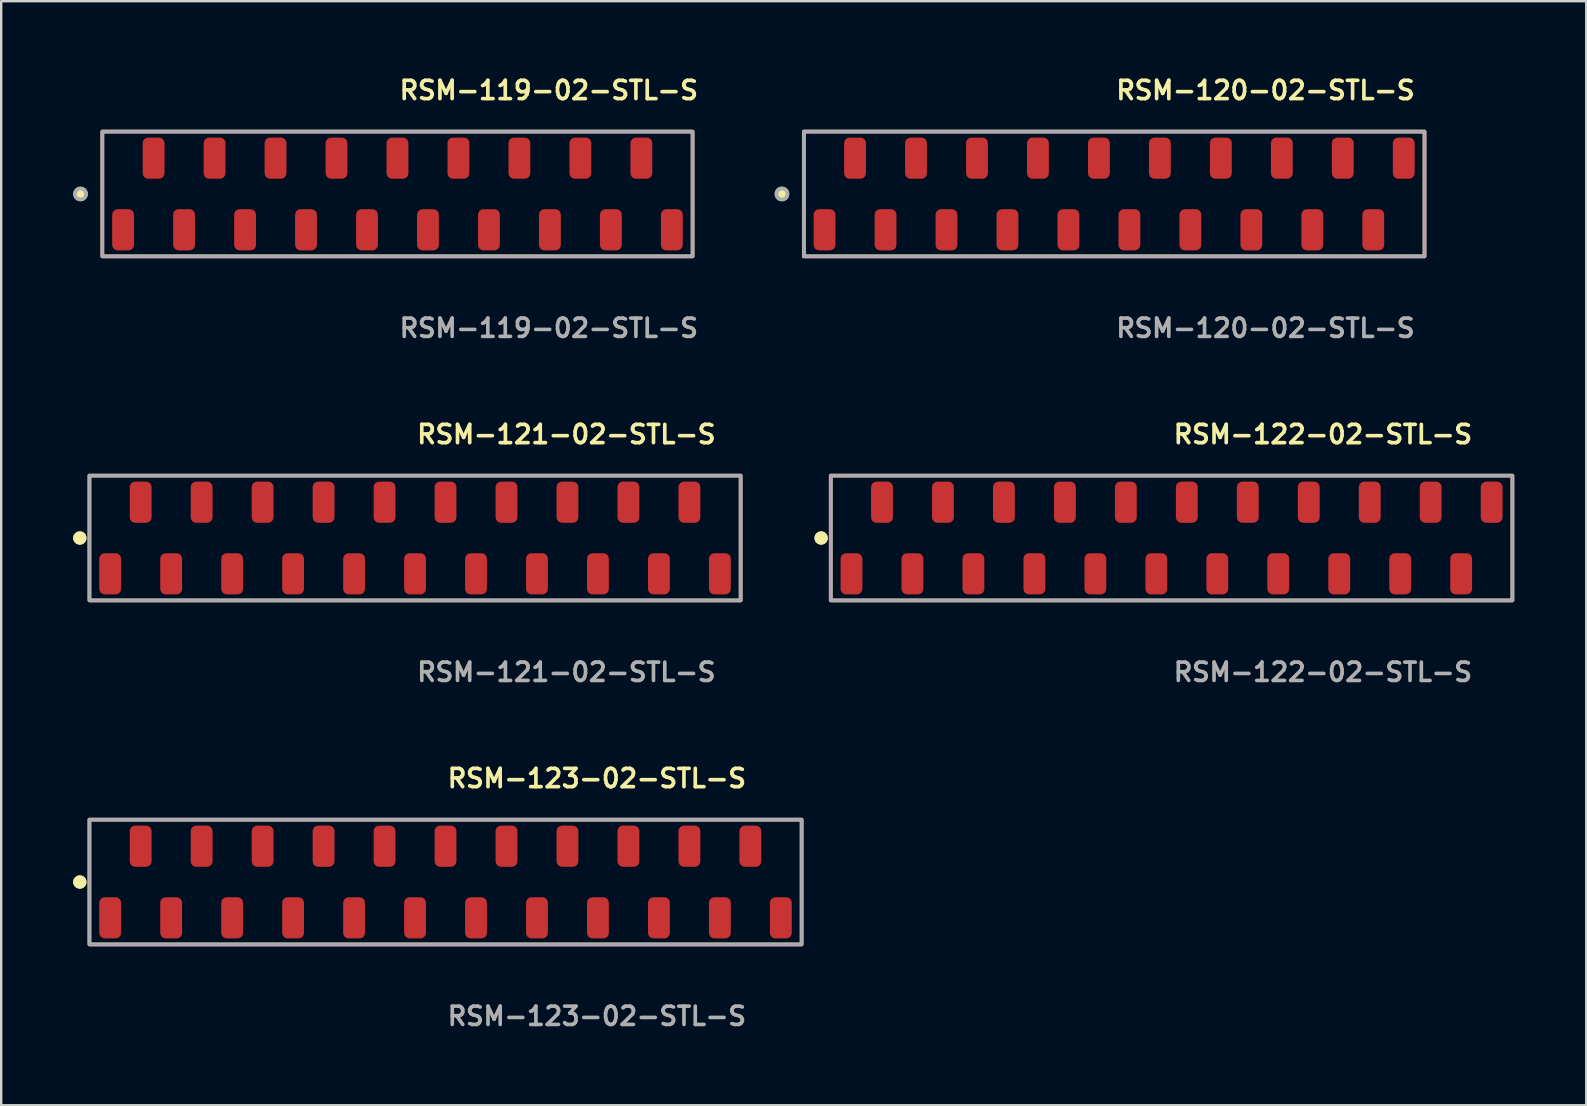
<source format=kicad_pcb>
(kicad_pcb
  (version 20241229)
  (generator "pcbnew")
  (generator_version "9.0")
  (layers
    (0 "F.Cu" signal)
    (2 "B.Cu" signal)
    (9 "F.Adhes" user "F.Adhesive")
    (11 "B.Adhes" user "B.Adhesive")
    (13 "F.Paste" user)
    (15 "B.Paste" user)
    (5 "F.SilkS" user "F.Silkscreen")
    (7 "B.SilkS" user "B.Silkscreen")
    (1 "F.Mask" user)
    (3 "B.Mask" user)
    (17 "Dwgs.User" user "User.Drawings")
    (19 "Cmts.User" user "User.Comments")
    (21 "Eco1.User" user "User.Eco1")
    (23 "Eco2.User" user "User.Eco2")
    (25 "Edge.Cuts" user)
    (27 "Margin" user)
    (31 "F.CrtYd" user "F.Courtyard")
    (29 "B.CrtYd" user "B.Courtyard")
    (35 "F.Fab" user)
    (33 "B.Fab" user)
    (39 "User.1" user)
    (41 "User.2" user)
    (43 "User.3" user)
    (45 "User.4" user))
  (footprint "RSM-119-02-STL-S"
    (layer "F.Cu")
    (at 13.509 5.031)
    (property "Reference" "RSM-119-02-STL-S" (at 0 -4.318 0) (unlocked yes) (layer "F.SilkS") (effects (font (size 0.762 0.762) (thickness 0.152)) (justify left)))
    (fp_rect (start -12.295 2.6) (end 12.295 -2.6) (stroke (width 0.152) (type solid)) (fill no) (layer "F.SilkS"))
    (fp_circle (center -13.205 0) (end -13.432 0) (stroke (width 0.152) (type solid)) (fill yes) (layer "F.SilkS"))
    (fp_rect (start -12.295 2.6) (end 12.295 -2.6) (stroke (width 0.006) (type solid)) (fill no) (layer "F.CrtYd"))
    (fp_rect (start -12.295 2.6) (end 12.295 -2.6) (stroke (width 0.152) (type solid)) (fill no) (layer "F.Fab"))
    (fp_circle (center -13.205 0) (end -13.432 0) (stroke (width 0.152) (type solid)) (fill no) (layer "F.Fab"))
    (fp_text user "${REFERENCE}" (at 0 5.588 0) (unlocked yes) (layer "F.Fab") (effects (font (size 0.762 0.762) (thickness 0.152)) (justify left)))
    (pad "1" smd roundrect (at -11.43 1.492) (size 0.91 1.715) (layers "F.Cu" "F.Paste") (roundrect_rratio 0.25))
    (pad "2" smd roundrect (at -10.16 -1.492) (size 0.91 1.715) (layers "F.Cu" "F.Paste") (roundrect_rratio 0.25))
    (pad "3" smd roundrect (at -8.89 1.492) (size 0.91 1.715) (layers "F.Cu" "F.Paste") (roundrect_rratio 0.25))
    (pad "4" smd roundrect (at -7.62 -1.492) (size 0.91 1.715) (layers "F.Cu" "F.Paste") (roundrect_rratio 0.25))
    (pad "5" smd roundrect (at -6.35 1.492) (size 0.91 1.715) (layers "F.Cu" "F.Paste") (roundrect_rratio 0.25))
    (pad "6" smd roundrect (at -5.08 -1.492) (size 0.91 1.715) (layers "F.Cu" "F.Paste") (roundrect_rratio 0.25))
    (pad "7" smd roundrect (at -3.81 1.492) (size 0.91 1.715) (layers "F.Cu" "F.Paste") (roundrect_rratio 0.25))
    (pad "8" smd roundrect (at -2.54 -1.492) (size 0.91 1.715) (layers "F.Cu" "F.Paste") (roundrect_rratio 0.25))
    (pad "9" smd roundrect (at -1.27 1.492) (size 0.91 1.715) (layers "F.Cu" "F.Paste") (roundrect_rratio 0.25))
    (pad "10" smd roundrect (at 0 -1.492) (size 0.91 1.715) (layers "F.Cu" "F.Paste") (roundrect_rratio 0.25))
    (pad "11" smd roundrect (at 1.27 1.492) (size 0.91 1.715) (layers "F.Cu" "F.Paste") (roundrect_rratio 0.25))
    (pad "12" smd roundrect (at 2.54 -1.492) (size 0.91 1.715) (layers "F.Cu" "F.Paste") (roundrect_rratio 0.25))
    (pad "13" smd roundrect (at 3.81 1.492) (size 0.91 1.715) (layers "F.Cu" "F.Paste") (roundrect_rratio 0.25))
    (pad "14" smd roundrect (at 5.08 -1.492) (size 0.91 1.715) (layers "F.Cu" "F.Paste") (roundrect_rratio 0.25))
    (pad "15" smd roundrect (at 6.35 1.492) (size 0.91 1.715) (layers "F.Cu" "F.Paste") (roundrect_rratio 0.25))
    (pad "16" smd roundrect (at 7.62 -1.492) (size 0.91 1.715) (layers "F.Cu" "F.Paste") (roundrect_rratio 0.25))
    (pad "17" smd roundrect (at 8.89 1.492) (size 0.91 1.715) (layers "F.Cu" "F.Paste") (roundrect_rratio 0.25))
    (pad "18" smd roundrect (at 10.16 -1.492) (size 0.91 1.715) (layers "F.Cu" "F.Paste") (roundrect_rratio 0.25))
    (pad "19" smd roundrect (at 11.43 1.492) (size 0.91 1.715) (layers "F.Cu" "F.Paste") (roundrect_rratio 0.25)))
  (footprint "RSM-120-02-STL-S"
    (layer "F.Cu")
    (at 43.367 5.031)
    (property "Reference" "RSM-120-02-STL-S" (at 0 -4.318 0) (unlocked yes) (layer "F.SilkS") (effects (font (size 0.762 0.762) (thickness 0.152)) (justify left)))
    (fp_rect (start -12.93 2.6) (end 12.93 -2.6) (stroke (width 0.152) (type solid)) (fill no) (layer "F.SilkS"))
    (fp_circle (center -13.84 0) (end -14.068 0) (stroke (width 0.152) (type solid)) (fill yes) (layer "F.SilkS"))
    (fp_rect (start -12.93 2.6) (end 12.93 -2.6) (stroke (width 0.006) (type solid)) (fill no) (layer "F.CrtYd"))
    (fp_rect (start -12.93 2.6) (end 12.93 -2.6) (stroke (width 0.152) (type solid)) (fill no) (layer "F.Fab"))
    (fp_circle (center -13.84 0) (end -14.068 0) (stroke (width 0.152) (type solid)) (fill no) (layer "F.Fab"))
    (fp_text user "${REFERENCE}" (at 0 5.588 0) (unlocked yes) (layer "F.Fab") (effects (font (size 0.762 0.762) (thickness 0.152)) (justify left)))
    (pad "1" smd roundrect (at -12.065 1.492) (size 0.91 1.715) (layers "F.Cu" "F.Paste") (roundrect_rratio 0.25))
    (pad "2" smd roundrect (at -10.795 -1.492) (size 0.91 1.715) (layers "F.Cu" "F.Paste") (roundrect_rratio 0.25))
    (pad "3" smd roundrect (at -9.525 1.492) (size 0.91 1.715) (layers "F.Cu" "F.Paste") (roundrect_rratio 0.25))
    (pad "4" smd roundrect (at -8.255 -1.492) (size 0.91 1.715) (layers "F.Cu" "F.Paste") (roundrect_rratio 0.25))
    (pad "5" smd roundrect (at -6.985 1.492) (size 0.91 1.715) (layers "F.Cu" "F.Paste") (roundrect_rratio 0.25))
    (pad "6" smd roundrect (at -5.715 -1.492) (size 0.91 1.715) (layers "F.Cu" "F.Paste") (roundrect_rratio 0.25))
    (pad "7" smd roundrect (at -4.445 1.492) (size 0.91 1.715) (layers "F.Cu" "F.Paste") (roundrect_rratio 0.25))
    (pad "8" smd roundrect (at -3.175 -1.492) (size 0.91 1.715) (layers "F.Cu" "F.Paste") (roundrect_rratio 0.25))
    (pad "9" smd roundrect (at -1.905 1.492) (size 0.91 1.715) (layers "F.Cu" "F.Paste") (roundrect_rratio 0.25))
    (pad "10" smd roundrect (at -0.635 -1.492) (size 0.91 1.715) (layers "F.Cu" "F.Paste") (roundrect_rratio 0.25))
    (pad "11" smd roundrect (at 0.635 1.492) (size 0.91 1.715) (layers "F.Cu" "F.Paste") (roundrect_rratio 0.25))
    (pad "12" smd roundrect (at 1.905 -1.492) (size 0.91 1.715) (layers "F.Cu" "F.Paste") (roundrect_rratio 0.25))
    (pad "13" smd roundrect (at 3.175 1.492) (size 0.91 1.715) (layers "F.Cu" "F.Paste") (roundrect_rratio 0.25))
    (pad "14" smd roundrect (at 4.445 -1.492) (size 0.91 1.715) (layers "F.Cu" "F.Paste") (roundrect_rratio 0.25))
    (pad "15" smd roundrect (at 5.715 1.492) (size 0.91 1.715) (layers "F.Cu" "F.Paste") (roundrect_rratio 0.25))
    (pad "16" smd roundrect (at 6.985 -1.492) (size 0.91 1.715) (layers "F.Cu" "F.Paste") (roundrect_rratio 0.25))
    (pad "17" smd roundrect (at 8.255 1.492) (size 0.91 1.715) (layers "F.Cu" "F.Paste") (roundrect_rratio 0.25))
    (pad "18" smd roundrect (at 9.525 -1.492) (size 0.91 1.715) (layers "F.Cu" "F.Paste") (roundrect_rratio 0.25))
    (pad "19" smd roundrect (at 10.795 1.492) (size 0.91 1.715) (layers "F.Cu" "F.Paste") (roundrect_rratio 0.25))
    (pad "20" smd roundrect (at 12.065 -1.492) (size 0.91 1.715) (layers "F.Cu" "F.Paste") (roundrect_rratio 0.25)))
  (footprint "RSM-122-02-STL-S"
    (layer "F.Cu")
    (at 45.759 19.364)
    (property "Reference" "RSM-122-02-STL-S" (at 0 -4.318 0) (unlocked yes) (layer "F.SilkS") (effects (font (size 0.762 0.762) (thickness 0.152)) (justify left)))
    (fp_rect (start -14.2 2.6) (end 14.2 -2.6) (stroke (width 0.152) (type solid)) (fill no) (layer "F.SilkS"))
    (fp_circle (center -14.6 0) (end -14.8 0) (stroke (width 0.152) (type solid)) (fill yes) (layer "F.SilkS"))
    (fp_circle (center -14.6 0) (end -14.8 0) (stroke (width 0.152) (type solid)) (fill yes) (layer "F.SilkS"))
    (fp_rect (start -14.2 2.6) (end 14.2 -2.6) (stroke (width 0.006) (type solid)) (fill no) (layer "F.CrtYd"))
    (fp_rect (start -14.2 2.6) (end 14.2 -2.6) (stroke (width 0.152) (type solid)) (fill no) (layer "F.Fab"))
    (fp_text user "${REFERENCE}" (at 0 5.588 0) (unlocked yes) (layer "F.Fab") (effects (font (size 0.762 0.762) (thickness 0.152)) (justify left)))
    (pad "1" smd roundrect (at -13.335 1.492) (size 0.91 1.715) (layers "F.Cu" "F.Paste") (roundrect_rratio 0.25))
    (pad "2" smd roundrect (at -12.065 -1.492) (size 0.91 1.715) (layers "F.Cu" "F.Paste") (roundrect_rratio 0.25))
    (pad "3" smd roundrect (at -10.795 1.492) (size 0.91 1.715) (layers "F.Cu" "F.Paste") (roundrect_rratio 0.25))
    (pad "4" smd roundrect (at -9.525 -1.492) (size 0.91 1.715) (layers "F.Cu" "F.Paste") (roundrect_rratio 0.25))
    (pad "5" smd roundrect (at -8.255 1.492) (size 0.91 1.715) (layers "F.Cu" "F.Paste") (roundrect_rratio 0.25))
    (pad "6" smd roundrect (at -6.985 -1.492) (size 0.91 1.715) (layers "F.Cu" "F.Paste") (roundrect_rratio 0.25))
    (pad "7" smd roundrect (at -5.715 1.492) (size 0.91 1.715) (layers "F.Cu" "F.Paste") (roundrect_rratio 0.25))
    (pad "8" smd roundrect (at -4.445 -1.492) (size 0.91 1.715) (layers "F.Cu" "F.Paste") (roundrect_rratio 0.25))
    (pad "9" smd roundrect (at -3.175 1.492) (size 0.91 1.715) (layers "F.Cu" "F.Paste") (roundrect_rratio 0.25))
    (pad "10" smd roundrect (at -1.905 -1.492) (size 0.91 1.715) (layers "F.Cu" "F.Paste") (roundrect_rratio 0.25))
    (pad "11" smd roundrect (at -0.635 1.492) (size 0.91 1.715) (layers "F.Cu" "F.Paste") (roundrect_rratio 0.25))
    (pad "12" smd roundrect (at 0.635 -1.492) (size 0.91 1.715) (layers "F.Cu" "F.Paste") (roundrect_rratio 0.25))
    (pad "13" smd roundrect (at 1.905 1.492) (size 0.91 1.715) (layers "F.Cu" "F.Paste") (roundrect_rratio 0.25))
    (pad "14" smd roundrect (at 3.175 -1.492) (size 0.91 1.715) (layers "F.Cu" "F.Paste") (roundrect_rratio 0.25))
    (pad "15" smd roundrect (at 4.445 1.492) (size 0.91 1.715) (layers "F.Cu" "F.Paste") (roundrect_rratio 0.25))
    (pad "16" smd roundrect (at 5.715 -1.492) (size 0.91 1.715) (layers "F.Cu" "F.Paste") (roundrect_rratio 0.25))
    (pad "17" smd roundrect (at 6.985 1.492) (size 0.91 1.715) (layers "F.Cu" "F.Paste") (roundrect_rratio 0.25))
    (pad "18" smd roundrect (at 8.255 -1.492) (size 0.91 1.715) (layers "F.Cu" "F.Paste") (roundrect_rratio 0.25))
    (pad "19" smd roundrect (at 9.525 1.492) (size 0.91 1.715) (layers "F.Cu" "F.Paste") (roundrect_rratio 0.25))
    (pad "20" smd roundrect (at 10.795 -1.492) (size 0.91 1.715) (layers "F.Cu" "F.Paste") (roundrect_rratio 0.25))
    (pad "21" smd roundrect (at 12.065 1.492) (size 0.91 1.715) (layers "F.Cu" "F.Paste") (roundrect_rratio 0.25))
    (pad "22" smd roundrect (at 13.335 -1.492) (size 0.91 1.715) (layers "F.Cu" "F.Paste") (roundrect_rratio 0.25)))
  (footprint "RSM-123-02-STL-S"
    (layer "F.Cu")
    (at 15.511 33.696)
    (property "Reference" "RSM-123-02-STL-S" (at 0 -4.318 0) (unlocked yes) (layer "F.SilkS") (effects (font (size 0.762 0.762) (thickness 0.152)) (justify left)))
    (fp_rect (start -14.835 2.6) (end 14.835 -2.6) (stroke (width 0.152) (type solid)) (fill no) (layer "F.SilkS"))
    (fp_circle (center -15.235 0) (end -15.435 0) (stroke (width 0.152) (type solid)) (fill yes) (layer "F.SilkS"))
    (fp_circle (center -15.235 0) (end -15.435 0) (stroke (width 0.152) (type solid)) (fill yes) (layer "F.SilkS"))
    (fp_rect (start -14.835 2.6) (end 14.835 -2.6) (stroke (width 0.006) (type solid)) (fill no) (layer "F.CrtYd"))
    (fp_rect (start -14.835 2.6) (end 14.835 -2.6) (stroke (width 0.152) (type solid)) (fill no) (layer "F.Fab"))
    (fp_text user "${REFERENCE}" (at 0 5.588 0) (unlocked yes) (layer "F.Fab") (effects (font (size 0.762 0.762) (thickness 0.152)) (justify left)))
    (pad "1" smd roundrect (at -13.97 1.492) (size 0.91 1.715) (layers "F.Cu" "F.Paste") (roundrect_rratio 0.25))
    (pad "2" smd roundrect (at -12.7 -1.492) (size 0.91 1.715) (layers "F.Cu" "F.Paste") (roundrect_rratio 0.25))
    (pad "3" smd roundrect (at -11.43 1.492) (size 0.91 1.715) (layers "F.Cu" "F.Paste") (roundrect_rratio 0.25))
    (pad "4" smd roundrect (at -10.16 -1.492) (size 0.91 1.715) (layers "F.Cu" "F.Paste") (roundrect_rratio 0.25))
    (pad "5" smd roundrect (at -8.89 1.492) (size 0.91 1.715) (layers "F.Cu" "F.Paste") (roundrect_rratio 0.25))
    (pad "6" smd roundrect (at -7.62 -1.492) (size 0.91 1.715) (layers "F.Cu" "F.Paste") (roundrect_rratio 0.25))
    (pad "7" smd roundrect (at -6.35 1.492) (size 0.91 1.715) (layers "F.Cu" "F.Paste") (roundrect_rratio 0.25))
    (pad "8" smd roundrect (at -5.08 -1.492) (size 0.91 1.715) (layers "F.Cu" "F.Paste") (roundrect_rratio 0.25))
    (pad "9" smd roundrect (at -3.81 1.492) (size 0.91 1.715) (layers "F.Cu" "F.Paste") (roundrect_rratio 0.25))
    (pad "10" smd roundrect (at -2.54 -1.492) (size 0.91 1.715) (layers "F.Cu" "F.Paste") (roundrect_rratio 0.25))
    (pad "11" smd roundrect (at -1.27 1.492) (size 0.91 1.715) (layers "F.Cu" "F.Paste") (roundrect_rratio 0.25))
    (pad "12" smd roundrect (at 0 -1.492) (size 0.91 1.715) (layers "F.Cu" "F.Paste") (roundrect_rratio 0.25))
    (pad "13" smd roundrect (at 1.27 1.492) (size 0.91 1.715) (layers "F.Cu" "F.Paste") (roundrect_rratio 0.25))
    (pad "14" smd roundrect (at 2.54 -1.492) (size 0.91 1.715) (layers "F.Cu" "F.Paste") (roundrect_rratio 0.25))
    (pad "15" smd roundrect (at 3.81 1.492) (size 0.91 1.715) (layers "F.Cu" "F.Paste") (roundrect_rratio 0.25))
    (pad "16" smd roundrect (at 5.08 -1.492) (size 0.91 1.715) (layers "F.Cu" "F.Paste") (roundrect_rratio 0.25))
    (pad "17" smd roundrect (at 6.35 1.492) (size 0.91 1.715) (layers "F.Cu" "F.Paste") (roundrect_rratio 0.25))
    (pad "18" smd roundrect (at 7.62 -1.492) (size 0.91 1.715) (layers "F.Cu" "F.Paste") (roundrect_rratio 0.25))
    (pad "19" smd roundrect (at 8.89 1.492) (size 0.91 1.715) (layers "F.Cu" "F.Paste") (roundrect_rratio 0.25))
    (pad "20" smd roundrect (at 10.16 -1.492) (size 0.91 1.715) (layers "F.Cu" "F.Paste") (roundrect_rratio 0.25))
    (pad "21" smd roundrect (at 11.43 1.492) (size 0.91 1.715) (layers "F.Cu" "F.Paste") (roundrect_rratio 0.25))
    (pad "22" smd roundrect (at 12.7 -1.492) (size 0.91 1.715) (layers "F.Cu" "F.Paste") (roundrect_rratio 0.25))
    (pad "23" smd roundrect (at 13.97 1.492) (size 0.91 1.715) (layers "F.Cu" "F.Paste") (roundrect_rratio 0.25)))
  (footprint "RSM-121-02-STL-S"
    (layer "F.Cu")
    (at 14.241 19.364)
    (property "Reference" "RSM-121-02-STL-S" (at 0 -4.318 0) (unlocked yes) (layer "F.SilkS") (effects (font (size 0.762 0.762) (thickness 0.152)) (justify left)))
    (fp_rect (start -13.565 2.6) (end 13.565 -2.6) (stroke (width 0.152) (type solid)) (fill no) (layer "F.SilkS"))
    (fp_circle (center -13.965 0) (end -14.165 0) (stroke (width 0.152) (type solid)) (fill yes) (layer "F.SilkS"))
    (fp_circle (center -13.965 0) (end -14.165 0) (stroke (width 0.152) (type solid)) (fill yes) (layer "F.SilkS"))
    (fp_rect (start -13.565 2.6) (end 13.565 -2.6) (stroke (width 0.006) (type solid)) (fill no) (layer "F.CrtYd"))
    (fp_rect (start -13.565 2.6) (end 13.565 -2.6) (stroke (width 0.152) (type solid)) (fill no) (layer "F.Fab"))
    (fp_text user "${REFERENCE}" (at 0 5.588 0) (unlocked yes) (layer "F.Fab") (effects (font (size 0.762 0.762) (thickness 0.152)) (justify left)))
    (pad "1" smd roundrect (at -12.7 1.492) (size 0.91 1.715) (layers "F.Cu" "F.Paste") (roundrect_rratio 0.25))
    (pad "2" smd roundrect (at -11.43 -1.492) (size 0.91 1.715) (layers "F.Cu" "F.Paste") (roundrect_rratio 0.25))
    (pad "3" smd roundrect (at -10.16 1.492) (size 0.91 1.715) (layers "F.Cu" "F.Paste") (roundrect_rratio 0.25))
    (pad "4" smd roundrect (at -8.89 -1.492) (size 0.91 1.715) (layers "F.Cu" "F.Paste") (roundrect_rratio 0.25))
    (pad "5" smd roundrect (at -7.62 1.492) (size 0.91 1.715) (layers "F.Cu" "F.Paste") (roundrect_rratio 0.25))
    (pad "6" smd roundrect (at -6.35 -1.492) (size 0.91 1.715) (layers "F.Cu" "F.Paste") (roundrect_rratio 0.25))
    (pad "7" smd roundrect (at -5.08 1.492) (size 0.91 1.715) (layers "F.Cu" "F.Paste") (roundrect_rratio 0.25))
    (pad "8" smd roundrect (at -3.81 -1.492) (size 0.91 1.715) (layers "F.Cu" "F.Paste") (roundrect_rratio 0.25))
    (pad "9" smd roundrect (at -2.54 1.492) (size 0.91 1.715) (layers "F.Cu" "F.Paste") (roundrect_rratio 0.25))
    (pad "10" smd roundrect (at -1.27 -1.492) (size 0.91 1.715) (layers "F.Cu" "F.Paste") (roundrect_rratio 0.25))
    (pad "11" smd roundrect (at 0 1.492) (size 0.91 1.715) (layers "F.Cu" "F.Paste") (roundrect_rratio 0.25))
    (pad "12" smd roundrect (at 1.27 -1.492) (size 0.91 1.715) (layers "F.Cu" "F.Paste") (roundrect_rratio 0.25))
    (pad "13" smd roundrect (at 2.54 1.492) (size 0.91 1.715) (layers "F.Cu" "F.Paste") (roundrect_rratio 0.25))
    (pad "14" smd roundrect (at 3.81 -1.492) (size 0.91 1.715) (layers "F.Cu" "F.Paste") (roundrect_rratio 0.25))
    (pad "15" smd roundrect (at 5.08 1.492) (size 0.91 1.715) (layers "F.Cu" "F.Paste") (roundrect_rratio 0.25))
    (pad "16" smd roundrect (at 6.35 -1.492) (size 0.91 1.715) (layers "F.Cu" "F.Paste") (roundrect_rratio 0.25))
    (pad "17" smd roundrect (at 7.62 1.492) (size 0.91 1.715) (layers "F.Cu" "F.Paste") (roundrect_rratio 0.25))
    (pad "18" smd roundrect (at 8.89 -1.492) (size 0.91 1.715) (layers "F.Cu" "F.Paste") (roundrect_rratio 0.25))
    (pad "19" smd roundrect (at 10.16 1.492) (size 0.91 1.715) (layers "F.Cu" "F.Paste") (roundrect_rratio 0.25))
    (pad "20" smd roundrect (at 11.43 -1.492) (size 0.91 1.715) (layers "F.Cu" "F.Paste") (roundrect_rratio 0.25))
    (pad "21" smd roundrect (at 12.7 1.492) (size 0.91 1.715) (layers "F.Cu" "F.Paste") (roundrect_rratio 0.25)))
  (gr_rect
    (start -3 -3)
    (end 63.035 42.997)
    (stroke (width 0.1) (type default))
    (fill no)
    (layer "Edge.Cuts")))
</source>
